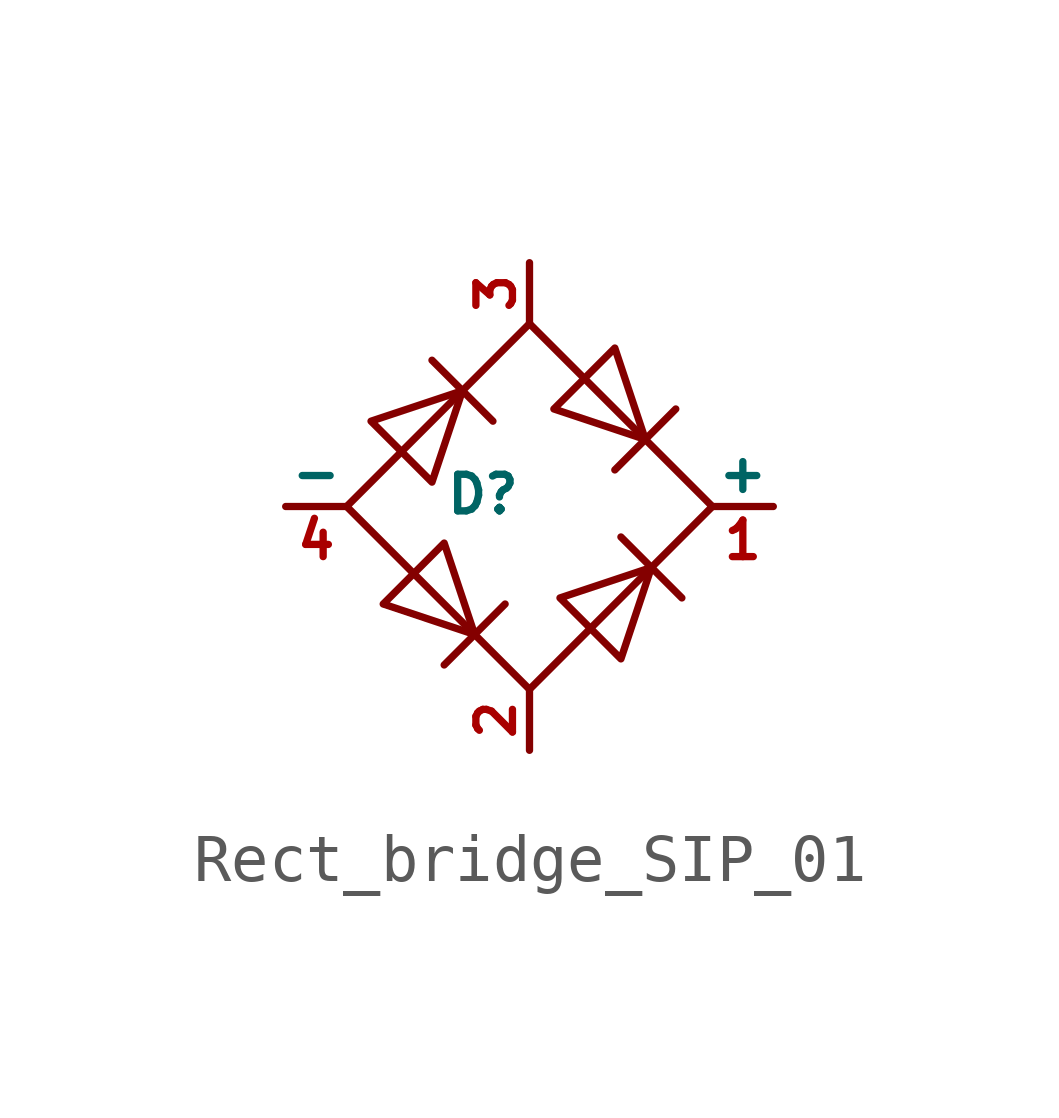
<source format=kicad_sym>
(kicad_symbol_lib
  (version 20200126)
  (host kicad_symbol_editor "(5.99.0-1946-g60915fbc7)")
  (symbol "Bobs_Bridge_Rectifiers:Rect_bridge_SIP_01"
    (pin_names
      (offset 0))
    (property "Reference" "D"
      (at -1.778 0.254 0)
      (effects (font (size 0.762 0.762)) (justify left)))
    (symbol "Rect_bridge_SIP_01_0_1"
      (polyline (pts (xy -2.032 3.048) (xy -0.762 1.778)) (stroke (width 0)) (fill (type none)))
      (polyline (pts (xy -0.508 -2.032) (xy -1.778 -3.302)) (stroke (width 0)) (fill (type none)))
      (polyline (pts (xy 1.905 -0.635) (xy 3.175 -1.905)) (stroke (width 0)) (fill (type none)))
      (polyline (pts (xy 1.778 0.762) (xy 3.048 2.032)) (stroke (width 0)) (fill (type none)))
      (polyline (pts (xy -3.302 1.778) (xy -2.032 0.508) (xy -1.397 2.413) (xy -3.302 1.778)) (stroke (width 0)) (fill (type none)))
      (polyline (pts (xy -1.778 -0.762) (xy -3.048 -2.032) (xy -1.143 -2.667) (xy -1.778 -0.762)) (stroke (width 0)) (fill (type none)))
      (polyline (pts (xy 0.508 2.032) (xy 1.778 3.302) (xy 2.413 1.397) (xy 0.508 2.032)) (stroke (width 0)) (fill (type none)))
      (polyline (pts (xy 2.54 -1.27) (xy 0.635 -1.905) (xy 1.905 -3.175) (xy 2.54 -1.27)) (stroke (width 0)) (fill (type none)))
      (polyline (pts (xy -3.81 0) (xy 0 -3.81) (xy 3.81 0) (xy 0 3.81) (xy -3.81 0)) (stroke (width 0)) (fill (type none))))
    (symbol "Rect_bridge_SIP_01_1_1"
      (pin output line (at 5.08 0 180) (length 1.27) (name "+" (effects (font (size 0.762 0.762)))) (number "1" (effects (font (size 0.762 0.762)))))
      (pin input line (at 0 -5.08 90) (length 1.27) (name "~~" (effects (font (size 0.762 0.762)))) (number "2" (effects (font (size 0.762 0.762)))))
      (pin output line (at -5.08 0 0) (length 1.27) (name "-" (effects (font (size 0.762 0.762)))) (number "4" (effects (font (size 0.762 0.762)))))
      (pin input line (at 0 5.08 270) (length 1.27) (name "~~" (effects (font (size 0.762 0.762)))) (number "3" (effects (font (size 0.762 0.762))))))))
</source>
